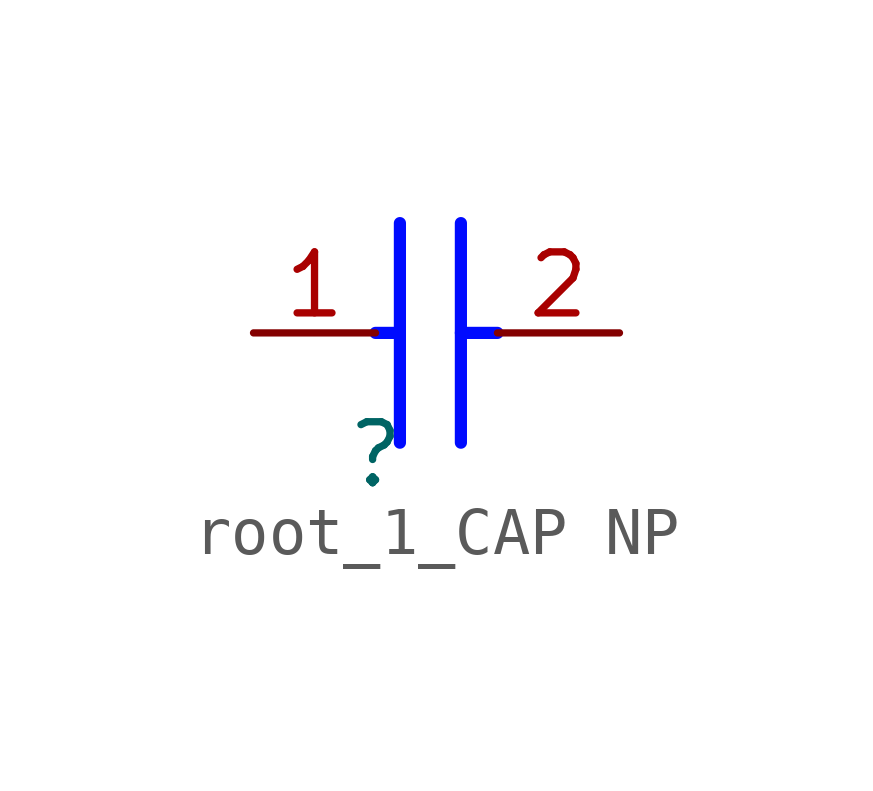
<source format=kicad_sym>
(kicad_symbol_lib
  (version 20231120)
  (generator "kicad_symbol_editor")
  (generator_version "8.0")
  (symbol "root_1_CAP NP"
    (property "Reference" ""
      (at 0 0 0)
      (effects (font (size 1.27 1.27))))
    (property "Value" ""
      (at 0 0 0)
      (effects (font (size 1.27 1.27))))
    (symbol "root_1_CAP NP_1_0"
      (polyline (pts (xy 0 2.54) (xy 0.508 2.54)) (stroke (width 0.254) (type solid) (color 0 11 255 1)) (fill (type none)))
      (polyline (pts (xy 0.508 0.254) (xy 0.508 4.826)) (stroke (width 0.254) (type solid) (color 0 11 255 1)) (fill (type none)))
      (polyline (pts (xy 1.778 0.254) (xy 1.778 4.826)) (stroke (width 0.254) (type solid) (color 0 11 255 1)) (fill (type none)))
      (polyline (pts (xy 2.54 2.54) (xy 1.778 2.54)) (stroke (width 0.254) (type solid) (color 0 11 255 1)) (fill (type none)))
      (pin passive line (at -2.54 2.54 0) (length 2.54) (name "1" (effects (font (size 0 0)))) (number "1" (effects (font (size 1.27 1.27)))))
      (pin passive line (at 5.08 2.54 180) (length 2.54) (name "2" (effects (font (size 0 0)))) (number "2" (effects (font (size 1.27 1.27))))))))
</source>
